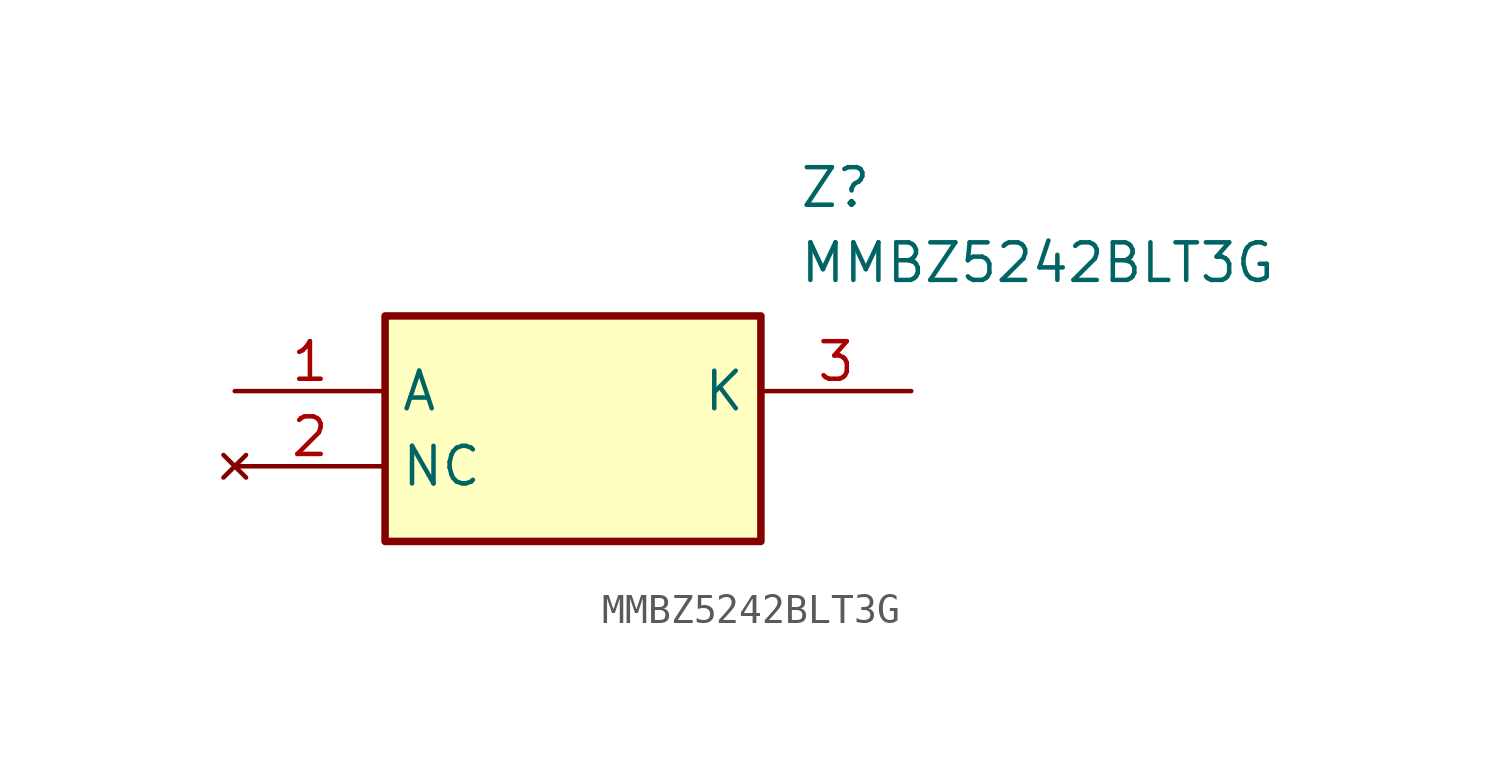
<source format=kicad_sym>
(kicad_symbol_lib
  (version 20211014)
  (generator SamacSys_ECAD_Model)
  (symbol "MMBZ5242BLT3G"
    (property "Reference" "Z"
      (at 19.05 7.62 0)
      (effects (font (size 1.27 1.27)) (justify left top)))
    (property "Value" "MMBZ5242BLT3G"
      (at 19.05 5.08 0)
      (effects (font (size 1.27 1.27)) (justify left top)))
    (rectangle
      (start 5.08 2.54)
      (end 17.78 -5.08)
      (stroke (width 0.254) (type default))
      (fill (type background)))
    (pin passive line
      (at 0 0 0)
      (length 5.08)
      (name "A" (effects (font (size 1.27 1.27))))
      (number "1" (effects (font (size 1.27 1.27)))))
    (pin no_connect line
      (at 0 -2.54 0)
      (length 5.08)
      (name "NC" (effects (font (size 1.27 1.27))))
      (number "2" (effects (font (size 1.27 1.27)))))
    (pin passive line
      (at 22.86 0 180)
      (length 5.08)
      (name "K" (effects (font (size 1.27 1.27))))
      (number "3" (effects (font (size 1.27 1.27)))))))
</source>
